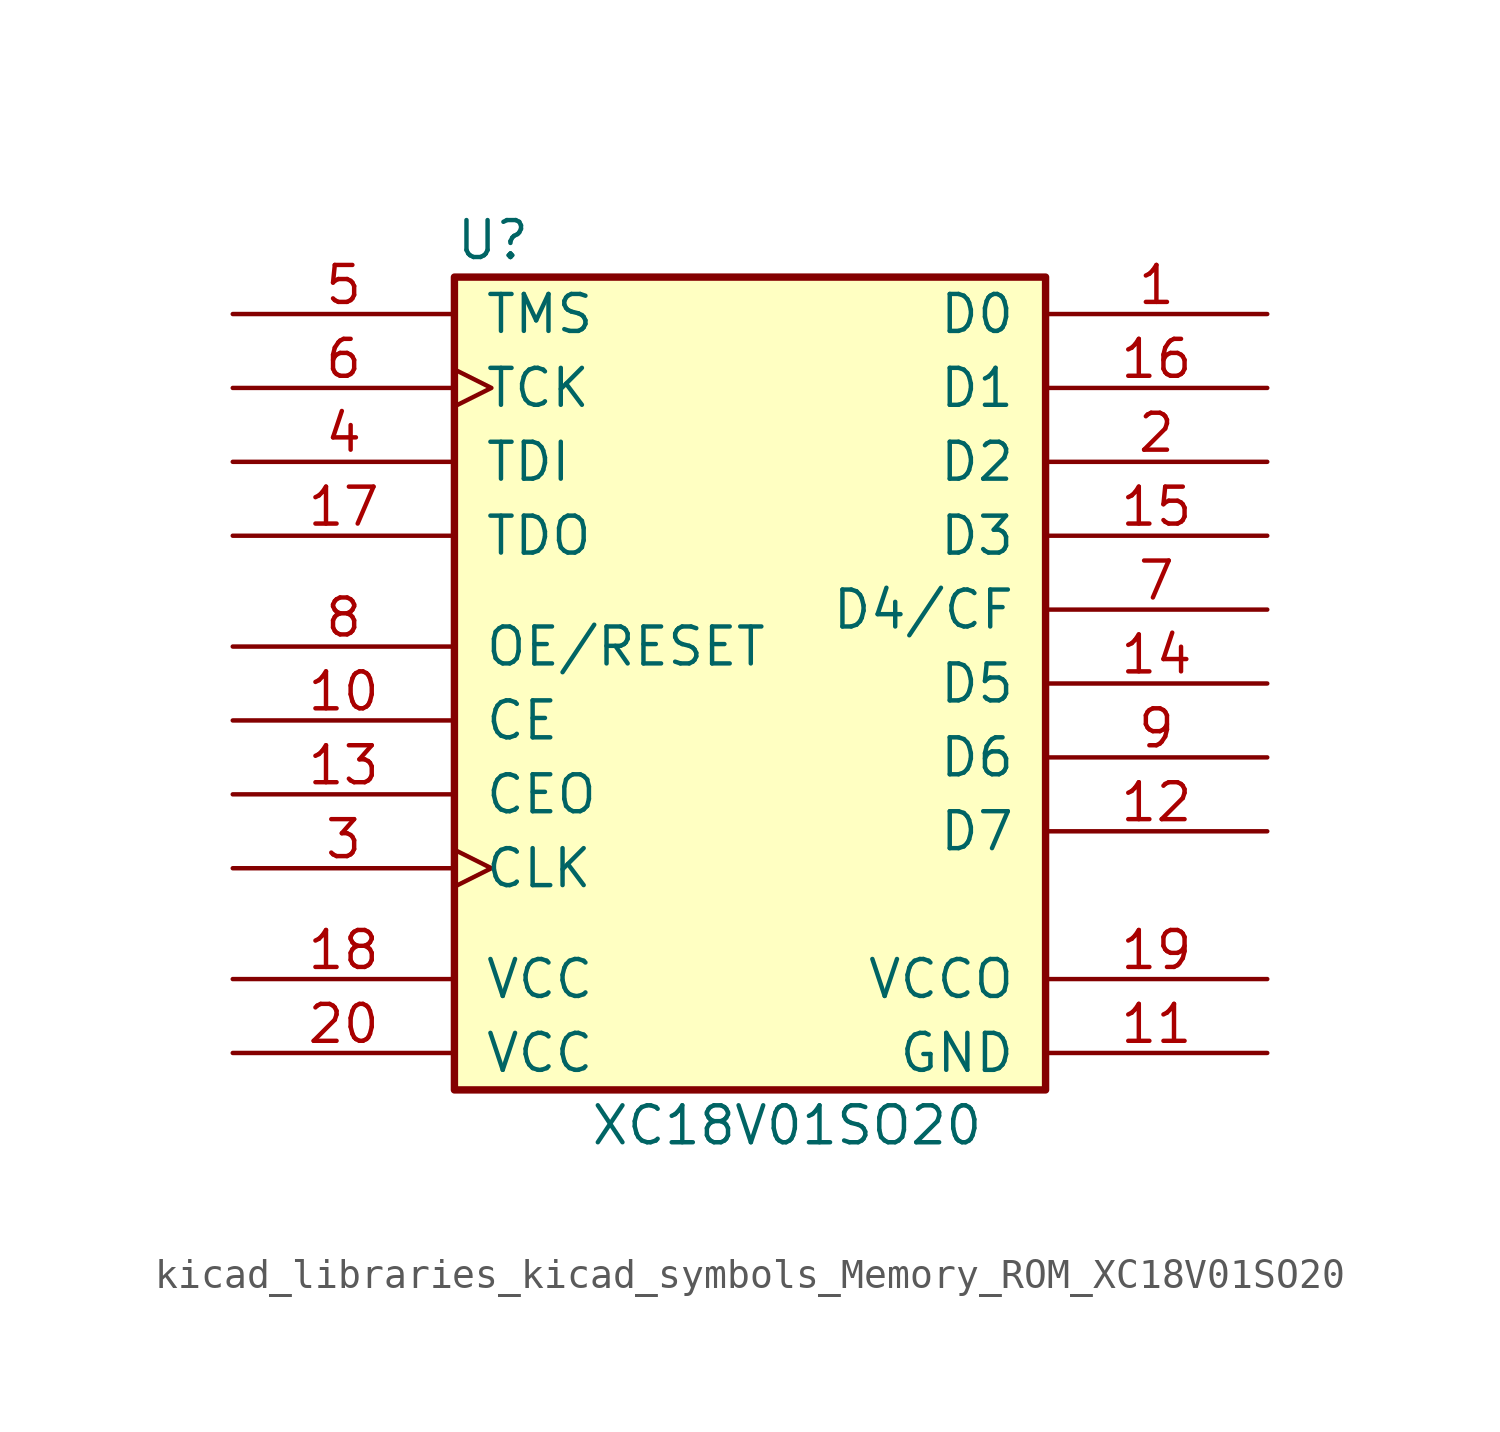
<source format=kicad_sym>
(kicad_symbol_lib
  (version 20220914)
  (generator kicad_symbol_editor)
  (symbol "kicad_libraries_kicad_symbols_Memory_ROM_XC18V01SO20"
    (pin_names
      (offset 1.016))
    (property "Reference" "U"
      (at -8.839 15.24 0)
      (effects (font (size 1.27 1.27))))
    (property "Value" "XC18V01SO20"
      (at 1.27 -15.189 0)
      (effects (font (size 1.27 1.27))))
    (symbol "kicad_libraries_kicad_symbols_Memory_ROM_XC18V01SO20_0_1"
      (rectangle (start -10.16 12.7) (end -10.16 12.7) (stroke (width 0) (type default)) (fill (type none)))
      (rectangle (start -10.16 13.97) (end 10.16 -13.97) (stroke (width 0.254) (type default)) (fill (type background))))
    (symbol "kicad_libraries_kicad_symbols_Memory_ROM_XC18V01SO20_1_1"
      (pin output line (at 17.78 12.7 180) (length 7.62) (name "D0" (effects (font (size 1.27 1.27)))) (number "1" (effects (font (size 1.27 1.27)))))
      (pin input line (at -17.78 -1.27 0) (length 7.62) (name "CE" (effects (font (size 1.27 1.27)))) (number "10" (effects (font (size 1.27 1.27)))))
      (pin power_in line (at 17.78 -12.7 180) (length 7.62) (name "GND" (effects (font (size 1.27 1.27)))) (number "11" (effects (font (size 1.27 1.27)))))
      (pin output line (at 17.78 -5.08 180) (length 7.62) (name "D7" (effects (font (size 1.27 1.27)))) (number "12" (effects (font (size 1.27 1.27)))))
      (pin output line (at -17.78 -3.81 0) (length 7.62) (name "CEO" (effects (font (size 1.27 1.27)))) (number "13" (effects (font (size 1.27 1.27)))))
      (pin output line (at 17.78 0 180) (length 7.62) (name "D5" (effects (font (size 1.27 1.27)))) (number "14" (effects (font (size 1.27 1.27)))))
      (pin output line (at 17.78 5.08 180) (length 7.62) (name "D3" (effects (font (size 1.27 1.27)))) (number "15" (effects (font (size 1.27 1.27)))))
      (pin output line (at 17.78 10.16 180) (length 7.62) (name "D1" (effects (font (size 1.27 1.27)))) (number "16" (effects (font (size 1.27 1.27)))))
      (pin open_collector line (at -17.78 5.08 0) (length 7.62) (name "TDO" (effects (font (size 1.27 1.27)))) (number "17" (effects (font (size 1.27 1.27)))))
      (pin power_in line (at -17.78 -10.16 0) (length 7.62) (name "VCC" (effects (font (size 1.27 1.27)))) (number "18" (effects (font (size 1.27 1.27)))))
      (pin power_in line (at 17.78 -10.16 180) (length 7.62) (name "VCCO" (effects (font (size 1.27 1.27)))) (number "19" (effects (font (size 1.27 1.27)))))
      (pin output line (at 17.78 7.62 180) (length 7.62) (name "D2" (effects (font (size 1.27 1.27)))) (number "2" (effects (font (size 1.27 1.27)))))
      (pin power_in line (at -17.78 -12.7 0) (length 7.62) (name "VCC" (effects (font (size 1.27 1.27)))) (number "20" (effects (font (size 1.27 1.27)))))
      (pin input clock (at -17.78 -6.35 0) (length 7.62) (name "CLK" (effects (font (size 1.27 1.27)))) (number "3" (effects (font (size 1.27 1.27)))))
      (pin input line (at -17.78 7.62 0) (length 7.62) (name "TDI" (effects (font (size 1.27 1.27)))) (number "4" (effects (font (size 1.27 1.27)))))
      (pin input line (at -17.78 12.7 0) (length 7.62) (name "TMS" (effects (font (size 1.27 1.27)))) (number "5" (effects (font (size 1.27 1.27)))))
      (pin input clock (at -17.78 10.16 0) (length 7.62) (name "TCK" (effects (font (size 1.27 1.27)))) (number "6" (effects (font (size 1.27 1.27)))))
      (pin open_collector line (at 17.78 2.54 180) (length 7.62) (name "D4/CF" (effects (font (size 1.27 1.27)))) (number "7" (effects (font (size 1.27 1.27)))))
      (pin input line (at -17.78 1.27 0) (length 7.62) (name "OE/RESET" (effects (font (size 1.27 1.27)))) (number "8" (effects (font (size 1.27 1.27)))))
      (pin output line (at 17.78 -2.54 180) (length 7.62) (name "D6" (effects (font (size 1.27 1.27)))) (number "9" (effects (font (size 1.27 1.27))))))))
</source>
